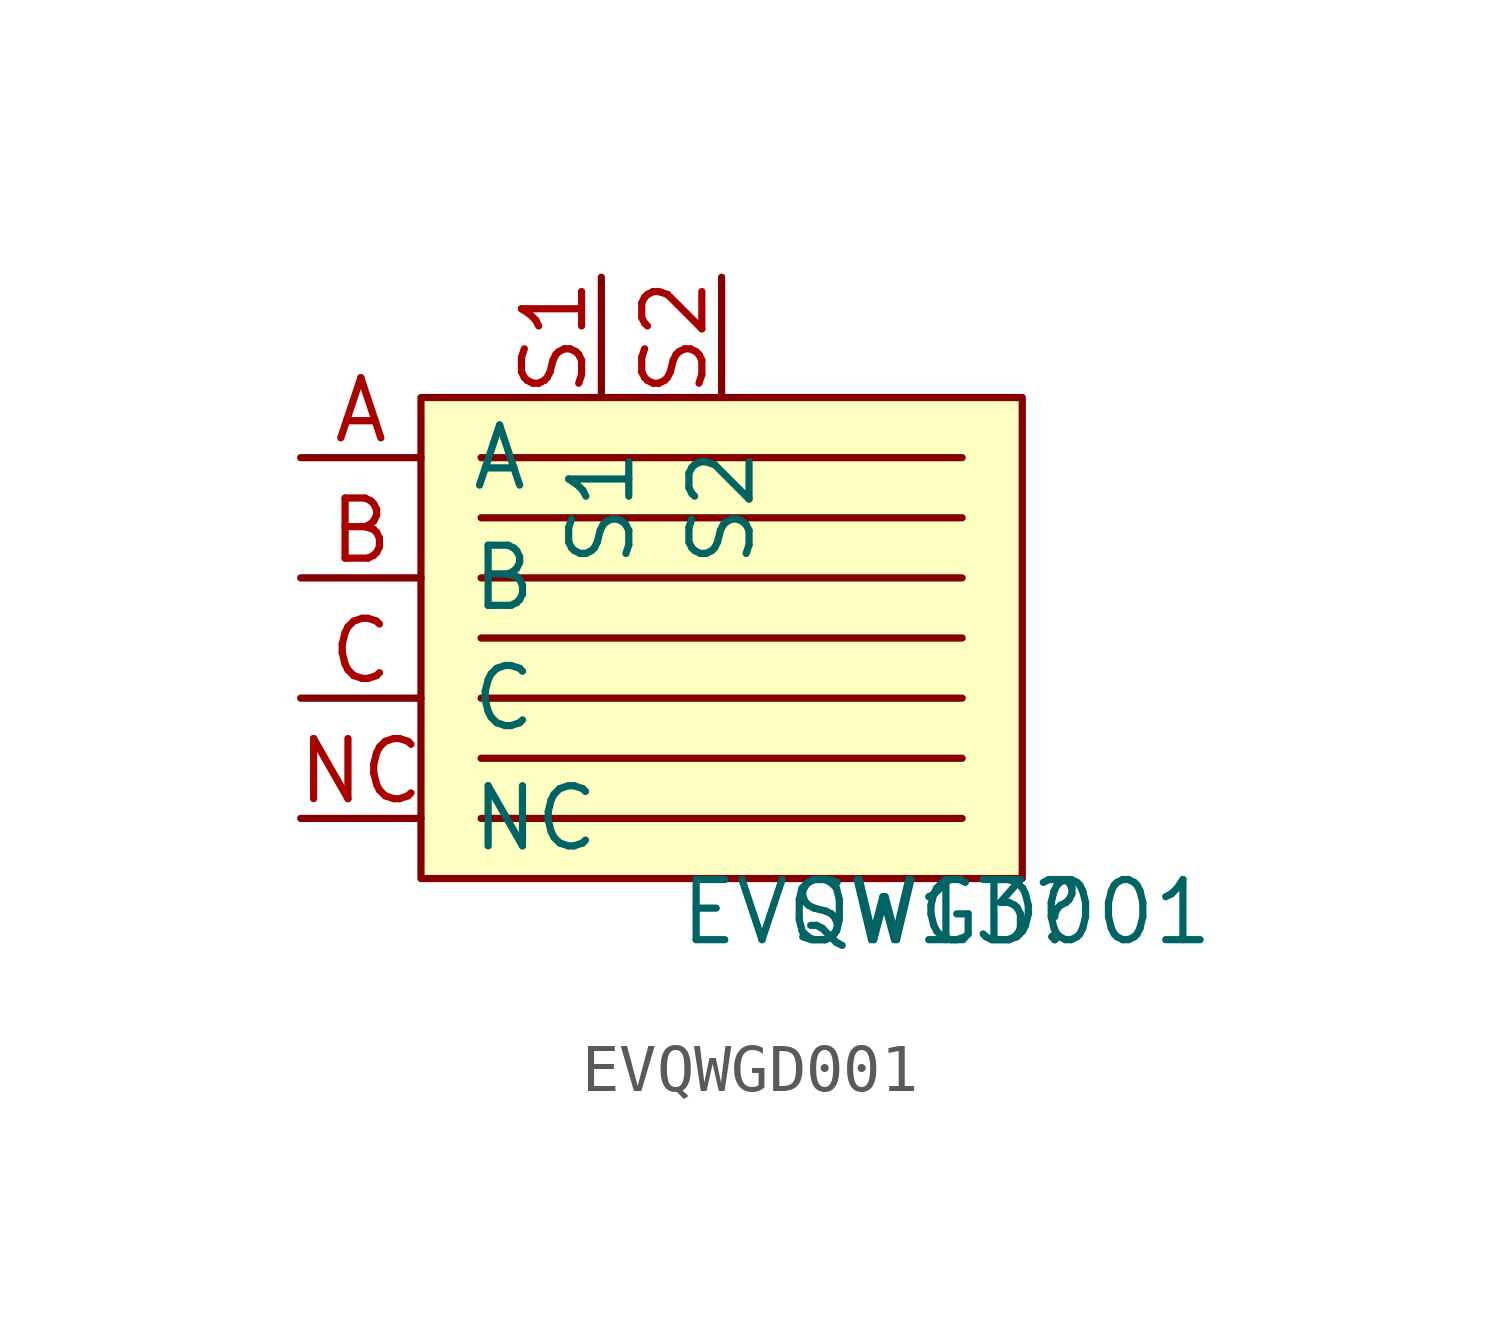
<source format=kicad_sym>
(kicad_symbol_lib
  (version 20211014)
  (generator kicad_symbol_editor)
  (symbol "EVQWGD001"
    (pin_names
      (offset 1.016))
    (property "Reference" "SW13"
      (at 1.372 -7.061 0)
      (effects (font (size 1.27 1.27)) (justify left)))
    (property "Value" "EVQWGD001"
      (at -0.94 -7.061 0)
      (effects (font (size 1.27 1.27)) (justify left)))
    (symbol "EVQWGD001_0_1"
      (rectangle (start -6.35 3.81) (end 6.35 -6.35) (stroke (width 0) (type default) (color 0 0 0 0)) (fill (type background)))
      (polyline (pts (xy -5.08 -5.08) (xy 5.08 -5.08)) (stroke (width 0) (type default) (color 0 0 0 0)) (fill (type none)))
      (polyline (pts (xy -5.08 -3.81) (xy 5.08 -3.81)) (stroke (width 0) (type default) (color 0 0 0 0)) (fill (type none)))
      (polyline (pts (xy -5.08 -2.54) (xy 5.08 -2.54)) (stroke (width 0) (type default) (color 0 0 0 0)) (fill (type none)))
      (polyline (pts (xy -5.08 -1.27) (xy 5.08 -1.27)) (stroke (width 0) (type default) (color 0 0 0 0)) (fill (type none)))
      (polyline (pts (xy -5.08 0) (xy 5.08 0)) (stroke (width 0) (type default) (color 0 0 0 0)) (fill (type none)))
      (polyline (pts (xy -5.08 1.27) (xy 5.08 1.27)) (stroke (width 0) (type default) (color 0 0 0 0)) (fill (type none)))
      (polyline (pts (xy -5.08 2.54) (xy 5.08 2.54)) (stroke (width 0) (type default) (color 0 0 0 0)) (fill (type none))))
    (symbol "EVQWGD001_1_1"
      (pin output line (at -8.89 2.54 0) (length 2.54) (name "A" (effects (font (size 1.27 1.27)))) (number "A" (effects (font (size 1.27 1.27)))))
      (pin output line (at -8.89 0 0) (length 2.54) (name "B" (effects (font (size 1.27 1.27)))) (number "B" (effects (font (size 1.27 1.27)))))
      (pin passive line (at -8.89 -2.54 0) (length 2.54) (name "C" (effects (font (size 1.27 1.27)))) (number "C" (effects (font (size 1.27 1.27)))))
      (pin unspecified line (at -8.89 -5.08 0) (length 2.54) (name "NC" (effects (font (size 1.27 1.27)))) (number "NC" (effects (font (size 1.27 1.27)))))
      (pin output line (at -2.54 6.35 270) (length 2.54) (name "S1" (effects (font (size 1.27 1.27)))) (number "S1" (effects (font (size 1.27 1.27)))))
      (pin output line (at 0 6.35 270) (length 2.54) (name "S2" (effects (font (size 1.27 1.27)))) (number "S2" (effects (font (size 1.27 1.27))))))))
</source>
